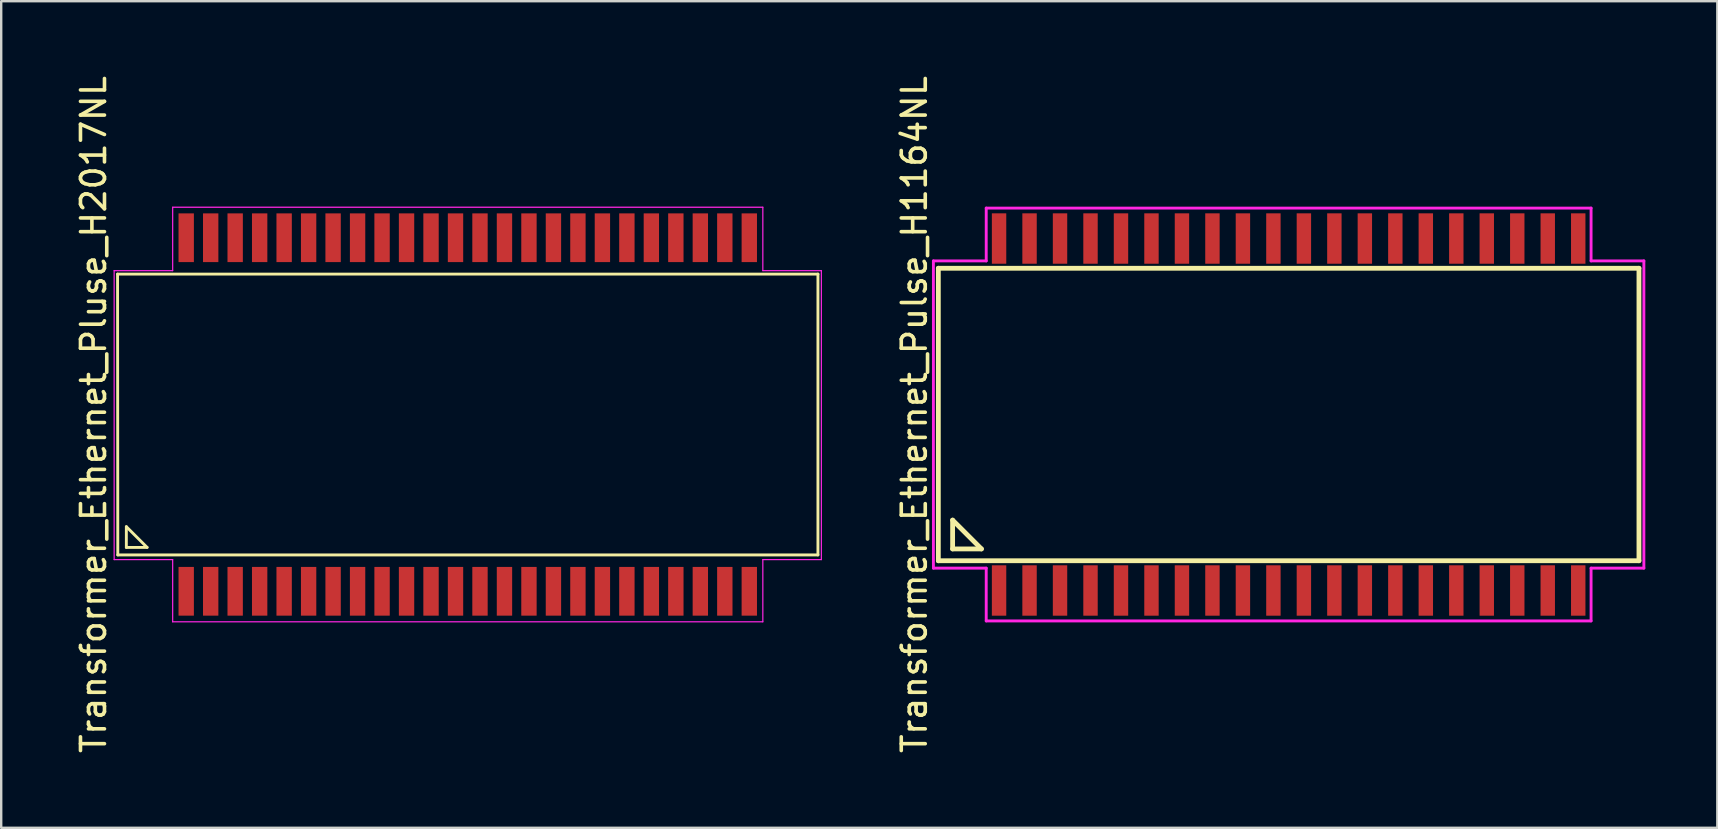
<source format=kicad_pcb>
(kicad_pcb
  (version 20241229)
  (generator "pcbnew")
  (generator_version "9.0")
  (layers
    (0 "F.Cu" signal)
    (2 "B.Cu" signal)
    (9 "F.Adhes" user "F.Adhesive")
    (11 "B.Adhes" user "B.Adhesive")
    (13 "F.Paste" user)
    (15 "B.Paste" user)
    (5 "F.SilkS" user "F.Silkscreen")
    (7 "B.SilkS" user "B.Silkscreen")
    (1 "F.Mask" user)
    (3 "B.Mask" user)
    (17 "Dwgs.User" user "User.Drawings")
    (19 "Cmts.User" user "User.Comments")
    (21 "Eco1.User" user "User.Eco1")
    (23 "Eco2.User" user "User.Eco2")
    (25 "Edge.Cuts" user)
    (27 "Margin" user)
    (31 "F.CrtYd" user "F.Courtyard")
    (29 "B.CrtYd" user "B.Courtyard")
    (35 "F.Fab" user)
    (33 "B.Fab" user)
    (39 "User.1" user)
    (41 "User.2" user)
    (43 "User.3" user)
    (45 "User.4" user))
  (footprint "Transformer_Ethernet_Pulse_H1164NL"
    (layer "F.Cu")
    (at 50.639 14.22)
    (property "Reference" "Transformer_Ethernet_Pulse_H1164NL" (at -15.595 0 90) (layer "F.SilkS") (effects (font (size 1 1) (thickness 0.15))))
    (attr smd)
    (fp_line (start -14.595 -6.093) (end 14.595 -6.093) (stroke (width 0.2) (type solid)) (layer "F.SilkS"))
    (fp_line (start -14.595 6.093) (end -14.595 -6.093) (stroke (width 0.2) (type solid)) (layer "F.SilkS"))
    (fp_line (start -14 4.4) (end -14 5.6) (stroke (width 0.2) (type solid)) (layer "F.SilkS"))
    (fp_line (start -14 5.6) (end -12.8 5.6) (stroke (width 0.2) (type solid)) (layer "F.SilkS"))
    (fp_line (start -12.8 5.6) (end -14 4.4) (stroke (width 0.2) (type solid)) (layer "F.SilkS"))
    (fp_line (start 14.595 -6.093) (end 14.595 6.093) (stroke (width 0.2) (type solid)) (layer "F.SilkS"))
    (fp_line (start 14.595 6.093) (end -14.595 6.093) (stroke (width 0.2) (type solid)) (layer "F.SilkS"))
    (fp_line (start -14.8 -6.4) (end -12.6 -6.4) (stroke (width 0.12) (type solid)) (layer "F.CrtYd"))
    (fp_line (start -14.8 6.4) (end -14.8 -6.4) (stroke (width 0.12) (type solid)) (layer "F.CrtYd"))
    (fp_line (start -12.6 -6.4) (end -12.6 -8.6) (stroke (width 0.12) (type solid)) (layer "F.CrtYd"))
    (fp_line (start -12.6 6.4) (end -14.8 6.4) (stroke (width 0.12) (type solid)) (layer "F.CrtYd"))
    (fp_line (start -12.6 8.6) (end -12.6 6.4) (stroke (width 0.12) (type solid)) (layer "F.CrtYd"))
    (fp_line (start 12.6 -8.6) (end -12.6 -8.6) (stroke (width 0.12) (type solid)) (layer "F.CrtYd"))
    (fp_line (start 12.6 -6.4) (end 12.6 -8.6) (stroke (width 0.12) (type solid)) (layer "F.CrtYd"))
    (fp_line (start 12.6 -6.4) (end 14.8 -6.4) (stroke (width 0.12) (type solid)) (layer "F.CrtYd"))
    (fp_line (start 12.6 6.4) (end 12.6 8.6) (stroke (width 0.12) (type solid)) (layer "F.CrtYd"))
    (fp_line (start 12.6 8.6) (end -12.6 8.6) (stroke (width 0.12) (type solid)) (layer "F.CrtYd"))
    (fp_line (start 14.8 -6.4) (end 14.8 6.4) (stroke (width 0.12) (type solid)) (layer "F.CrtYd"))
    (fp_line (start 14.8 6.4) (end 12.6 6.4) (stroke (width 0.12) (type solid)) (layer "F.CrtYd"))
    (pad "1" smd rect (at -12.065 7.332) (size 0.6 2.1) (layers "F.Cu" "F.Mask" "F.Paste"))
    (pad "2" smd rect (at -10.795 7.332) (size 0.6 2.1) (layers "F.Cu" "F.Mask" "F.Paste"))
    (pad "3" smd rect (at -9.525 7.332) (size 0.6 2.1) (layers "F.Cu" "F.Mask" "F.Paste"))
    (pad "4" smd rect (at -8.255 7.332) (size 0.6 2.1) (layers "F.Cu" "F.Mask" "F.Paste"))
    (pad "5" smd rect (at -6.985 7.332) (size 0.6 2.1) (layers "F.Cu" "F.Mask" "F.Paste"))
    (pad "6" smd rect (at -5.715 7.332) (size 0.6 2.1) (layers "F.Cu" "F.Mask" "F.Paste"))
    (pad "7" smd rect (at -4.445 7.332) (size 0.6 2.1) (layers "F.Cu" "F.Mask" "F.Paste"))
    (pad "8" smd rect (at -3.175 7.332) (size 0.6 2.1) (layers "F.Cu" "F.Mask" "F.Paste"))
    (pad "9" smd rect (at -1.905 7.332) (size 0.6 2.1) (layers "F.Cu" "F.Mask" "F.Paste"))
    (pad "10" smd rect (at -0.635 7.332) (size 0.6 2.1) (layers "F.Cu" "F.Mask" "F.Paste"))
    (pad "11" smd rect (at 0.635 7.332) (size 0.6 2.1) (layers "F.Cu" "F.Mask" "F.Paste"))
    (pad "12" smd rect (at 1.905 7.332) (size 0.6 2.1) (layers "F.Cu" "F.Mask" "F.Paste"))
    (pad "13" smd rect (at 3.175 7.332) (size 0.6 2.1) (layers "F.Cu" "F.Mask" "F.Paste"))
    (pad "14" smd rect (at 4.445 7.332) (size 0.6 2.1) (layers "F.Cu" "F.Mask" "F.Paste"))
    (pad "15" smd rect (at 5.715 7.332) (size 0.6 2.1) (layers "F.Cu" "F.Mask" "F.Paste"))
    (pad "16" smd rect (at 6.985 7.332) (size 0.6 2.1) (layers "F.Cu" "F.Mask" "F.Paste"))
    (pad "17" smd rect (at 8.255 7.332) (size 0.6 2.1) (layers "F.Cu" "F.Mask" "F.Paste"))
    (pad "18" smd rect (at 9.525 7.332) (size 0.6 2.1) (layers "F.Cu" "F.Mask" "F.Paste"))
    (pad "19" smd rect (at 10.795 7.332) (size 0.6 2.1) (layers "F.Cu" "F.Mask" "F.Paste"))
    (pad "20" smd rect (at 12.065 7.332) (size 0.6 2.1) (layers "F.Cu" "F.Mask" "F.Paste"))
    (pad "21" smd rect (at 12.065 -7.332) (size 0.6 2.1) (layers "F.Cu" "F.Mask" "F.Paste"))
    (pad "22" smd rect (at 10.795 -7.332) (size 0.6 2.1) (layers "F.Cu" "F.Mask" "F.Paste"))
    (pad "23" smd rect (at 9.525 -7.332) (size 0.6 2.1) (layers "F.Cu" "F.Mask" "F.Paste"))
    (pad "24" smd rect (at 8.255 -7.332) (size 0.6 2.1) (layers "F.Cu" "F.Mask" "F.Paste"))
    (pad "25" smd rect (at 6.985 -7.332) (size 0.6 2.1) (layers "F.Cu" "F.Mask" "F.Paste"))
    (pad "26" smd rect (at 5.715 -7.332) (size 0.6 2.1) (layers "F.Cu" "F.Mask" "F.Paste"))
    (pad "27" smd rect (at 4.445 -7.332) (size 0.6 2.1) (layers "F.Cu" "F.Mask" "F.Paste"))
    (pad "28" smd rect (at 3.175 -7.332) (size 0.6 2.1) (layers "F.Cu" "F.Mask" "F.Paste"))
    (pad "29" smd rect (at 1.905 -7.332) (size 0.6 2.1) (layers "F.Cu" "F.Mask" "F.Paste"))
    (pad "30" smd rect (at 0.635 -7.332) (size 0.6 2.1) (layers "F.Cu" "F.Mask" "F.Paste"))
    (pad "31" smd rect (at -0.635 -7.332) (size 0.6 2.1) (layers "F.Cu" "F.Mask" "F.Paste"))
    (pad "32" smd rect (at -1.905 -7.332) (size 0.6 2.1) (layers "F.Cu" "F.Mask" "F.Paste"))
    (pad "33" smd rect (at -3.175 -7.332) (size 0.6 2.1) (layers "F.Cu" "F.Mask" "F.Paste"))
    (pad "34" smd rect (at -4.445 -7.332) (size 0.6 2.1) (layers "F.Cu" "F.Mask" "F.Paste"))
    (pad "35" smd rect (at -5.715 -7.332) (size 0.6 2.1) (layers "F.Cu" "F.Mask" "F.Paste"))
    (pad "36" smd rect (at -6.985 -7.332) (size 0.6 2.1) (layers "F.Cu" "F.Mask" "F.Paste"))
    (pad "37" smd rect (at -8.255 -7.332) (size 0.6 2.1) (layers "F.Cu" "F.Mask" "F.Paste"))
    (pad "38" smd rect (at -9.525 -7.332) (size 0.6 2.1) (layers "F.Cu" "F.Mask" "F.Paste"))
    (pad "39" smd rect (at -10.795 -7.332) (size 0.6 2.1) (layers "F.Cu" "F.Mask" "F.Paste"))
    (pad "40" smd rect (at -12.065 -7.332) (size 0.6 2.1) (layers "F.Cu" "F.Mask" "F.Paste")))
  (footprint "Transformer_Ethernet_Pluse_H2017NL"
    (layer "F.Cu")
    (at 16.438 14.22)
    (property "Reference" "Transformer_Ethernet_Pluse_H2017NL" (at -15.59 0 90) (layer "F.SilkS") (effects (font (size 1 1) (thickness 0.15))))
    (attr smd)
    (fp_line (start -14.59 -5.85) (end 14.59 -5.85) (stroke (width 0.12) (type solid)) (layer "F.SilkS"))
    (fp_line (start -14.58 5.85) (end -14.59 -5.85) (stroke (width 0.12) (type solid)) (layer "F.SilkS"))
    (fp_line (start -14.224 4.674) (end -14.224 5.537) (stroke (width 0.12) (type solid)) (layer "F.SilkS"))
    (fp_line (start -14.224 5.537) (end -13.36 5.537) (stroke (width 0.12) (type solid)) (layer "F.SilkS"))
    (fp_line (start -13.36 5.537) (end -14.224 4.674) (stroke (width 0.12) (type solid)) (layer "F.SilkS"))
    (fp_line (start 14.59 -5.85) (end 14.59 5.85) (stroke (width 0.12) (type solid)) (layer "F.SilkS"))
    (fp_line (start 14.59 5.85) (end -14.58 5.85) (stroke (width 0.12) (type solid)) (layer "F.SilkS"))
    (fp_line (start -14.732 -5.994) (end -14.732 6.045) (stroke (width 0.05) (type solid)) (layer "F.CrtYd"))
    (fp_line (start -14.732 6.045) (end -12.294 6.045) (stroke (width 0.05) (type solid)) (layer "F.CrtYd"))
    (fp_line (start -12.294 -8.636) (end 12.294 -8.636) (stroke (width 0.05) (type solid)) (layer "F.CrtYd"))
    (fp_line (start -12.294 -5.994) (end -14.732 -5.994) (stroke (width 0.05) (type solid)) (layer "F.CrtYd"))
    (fp_line (start -12.294 -5.994) (end -12.294 -8.636) (stroke (width 0.05) (type solid)) (layer "F.CrtYd"))
    (fp_line (start -12.294 6.045) (end -12.294 8.636) (stroke (width 0.05) (type solid)) (layer "F.CrtYd"))
    (fp_line (start -12.294 8.636) (end 12.294 8.636) (stroke (width 0.05) (type solid)) (layer "F.CrtYd"))
    (fp_line (start 12.294 -8.636) (end 12.294 -5.994) (stroke (width 0.05) (type solid)) (layer "F.CrtYd"))
    (fp_line (start 12.294 -5.994) (end 14.732 -5.994) (stroke (width 0.05) (type solid)) (layer "F.CrtYd"))
    (fp_line (start 12.294 6.045) (end 14.732 6.045) (stroke (width 0.05) (type solid)) (layer "F.CrtYd"))
    (fp_line (start 12.294 8.636) (end 12.294 6.045) (stroke (width 0.05) (type solid)) (layer "F.CrtYd"))
    (fp_line (start 14.732 -5.994) (end 14.732 6.045) (stroke (width 0.05) (type solid)) (layer "F.CrtYd"))
    (pad "1" smd rect (at -11.73 7.365) (size 0.64 2.03) (layers "F.Cu" "F.Mask" "F.Paste"))
    (pad "2" smd rect (at -10.71 7.365) (size 0.64 2.03) (layers "F.Cu" "F.Mask" "F.Paste"))
    (pad "3" smd rect (at -9.69 7.365) (size 0.64 2.03) (layers "F.Cu" "F.Mask" "F.Paste"))
    (pad "4" smd rect (at -8.67 7.365) (size 0.64 2.03) (layers "F.Cu" "F.Mask" "F.Paste"))
    (pad "5" smd rect (at -7.65 7.365) (size 0.64 2.03) (layers "F.Cu" "F.Mask" "F.Paste"))
    (pad "6" smd rect (at -6.63 7.365) (size 0.64 2.03) (layers "F.Cu" "F.Mask" "F.Paste"))
    (pad "7" smd rect (at -5.61 7.365) (size 0.64 2.03) (layers "F.Cu" "F.Mask" "F.Paste"))
    (pad "8" smd rect (at -4.59 7.365) (size 0.64 2.03) (layers "F.Cu" "F.Mask" "F.Paste"))
    (pad "9" smd rect (at -3.57 7.365) (size 0.64 2.03) (layers "F.Cu" "F.Mask" "F.Paste"))
    (pad "10" smd rect (at -2.55 7.365) (size 0.64 2.03) (layers "F.Cu" "F.Mask" "F.Paste"))
    (pad "11" smd rect (at -1.53 7.365) (size 0.64 2.03) (layers "F.Cu" "F.Mask" "F.Paste"))
    (pad "12" smd rect (at -0.51 7.365) (size 0.64 2.03) (layers "F.Cu" "F.Mask" "F.Paste"))
    (pad "13" smd rect (at 0.51 7.365) (size 0.64 2.03) (layers "F.Cu" "F.Mask" "F.Paste"))
    (pad "14" smd rect (at 1.53 7.365) (size 0.64 2.03) (layers "F.Cu" "F.Mask" "F.Paste"))
    (pad "15" smd rect (at 2.55 7.365) (size 0.64 2.03) (layers "F.Cu" "F.Mask" "F.Paste"))
    (pad "16" smd rect (at 3.57 7.365) (size 0.64 2.03) (layers "F.Cu" "F.Mask" "F.Paste"))
    (pad "17" smd rect (at 4.59 7.365) (size 0.64 2.03) (layers "F.Cu" "F.Mask" "F.Paste"))
    (pad "18" smd rect (at 5.61 7.365) (size 0.64 2.03) (layers "F.Cu" "F.Mask" "F.Paste"))
    (pad "19" smd rect (at 6.63 7.365) (size 0.64 2.03) (layers "F.Cu" "F.Mask" "F.Paste"))
    (pad "20" smd rect (at 7.65 7.365) (size 0.64 2.03) (layers "F.Cu" "F.Mask" "F.Paste"))
    (pad "21" smd rect (at 8.67 7.365) (size 0.64 2.03) (layers "F.Cu" "F.Mask" "F.Paste"))
    (pad "22" smd rect (at 9.69 7.365) (size 0.64 2.03) (layers "F.Cu" "F.Mask" "F.Paste"))
    (pad "23" smd rect (at 10.71 7.365) (size 0.64 2.03) (layers "F.Cu" "F.Mask" "F.Paste"))
    (pad "24" smd rect (at 11.73 7.365) (size 0.64 2.03) (layers "F.Cu" "F.Mask" "F.Paste"))
    (pad "25" smd rect (at 11.73 -7.365) (size 0.64 2.03) (layers "F.Cu" "F.Mask" "F.Paste"))
    (pad "26" smd rect (at 10.71 -7.365) (size 0.64 2.03) (layers "F.Cu" "F.Mask" "F.Paste"))
    (pad "27" smd rect (at 9.69 -7.365) (size 0.64 2.03) (layers "F.Cu" "F.Mask" "F.Paste"))
    (pad "28" smd rect (at 8.67 -7.365) (size 0.64 2.03) (layers "F.Cu" "F.Mask" "F.Paste"))
    (pad "29" smd rect (at 7.65 -7.365) (size 0.64 2.03) (layers "F.Cu" "F.Mask" "F.Paste"))
    (pad "30" smd rect (at 6.63 -7.365) (size 0.64 2.03) (layers "F.Cu" "F.Mask" "F.Paste"))
    (pad "31" smd rect (at 5.61 -7.365) (size 0.64 2.03) (layers "F.Cu" "F.Mask" "F.Paste"))
    (pad "32" smd rect (at 4.59 -7.365) (size 0.64 2.03) (layers "F.Cu" "F.Mask" "F.Paste"))
    (pad "33" smd rect (at 3.57 -7.365) (size 0.64 2.03) (layers "F.Cu" "F.Mask" "F.Paste"))
    (pad "34" smd rect (at 2.55 -7.365) (size 0.64 2.03) (layers "F.Cu" "F.Mask" "F.Paste"))
    (pad "35" smd rect (at 1.53 -7.365) (size 0.64 2.03) (layers "F.Cu" "F.Mask" "F.Paste"))
    (pad "36" smd rect (at 0.51 -7.365) (size 0.64 2.03) (layers "F.Cu" "F.Mask" "F.Paste"))
    (pad "37" smd rect (at -0.51 -7.365) (size 0.64 2.03) (layers "F.Cu" "F.Mask" "F.Paste"))
    (pad "38" smd rect (at -1.53 -7.365) (size 0.64 2.03) (layers "F.Cu" "F.Mask" "F.Paste"))
    (pad "39" smd rect (at -2.55 -7.365) (size 0.64 2.03) (layers "F.Cu" "F.Mask" "F.Paste"))
    (pad "40" smd rect (at -3.57 -7.365) (size 0.64 2.03) (layers "F.Cu" "F.Mask" "F.Paste"))
    (pad "41" smd rect (at -4.59 -7.365) (size 0.64 2.03) (layers "F.Cu" "F.Mask" "F.Paste"))
    (pad "42" smd rect (at -5.61 -7.365) (size 0.64 2.03) (layers "F.Cu" "F.Mask" "F.Paste"))
    (pad "43" smd rect (at -6.63 -7.365) (size 0.64 2.03) (layers "F.Cu" "F.Mask" "F.Paste"))
    (pad "44" smd rect (at -7.65 -7.365) (size 0.64 2.03) (layers "F.Cu" "F.Mask" "F.Paste"))
    (pad "45" smd rect (at -8.67 -7.365) (size 0.64 2.03) (layers "F.Cu" "F.Mask" "F.Paste"))
    (pad "46" smd rect (at -9.69 -7.365) (size 0.64 2.03) (layers "F.Cu" "F.Mask" "F.Paste"))
    (pad "47" smd rect (at -10.71 -7.365) (size 0.64 2.03) (layers "F.Cu" "F.Mask" "F.Paste"))
    (pad "48" smd rect (at -11.73 -7.365) (size 0.64 2.03) (layers "F.Cu" "F.Mask" "F.Paste")))
  (gr_rect
    (start -3 -3)
    (end 68.499 31.44)
    (stroke (width 0.1) (type default))
    (fill no)
    (layer "Edge.Cuts")))
</source>
